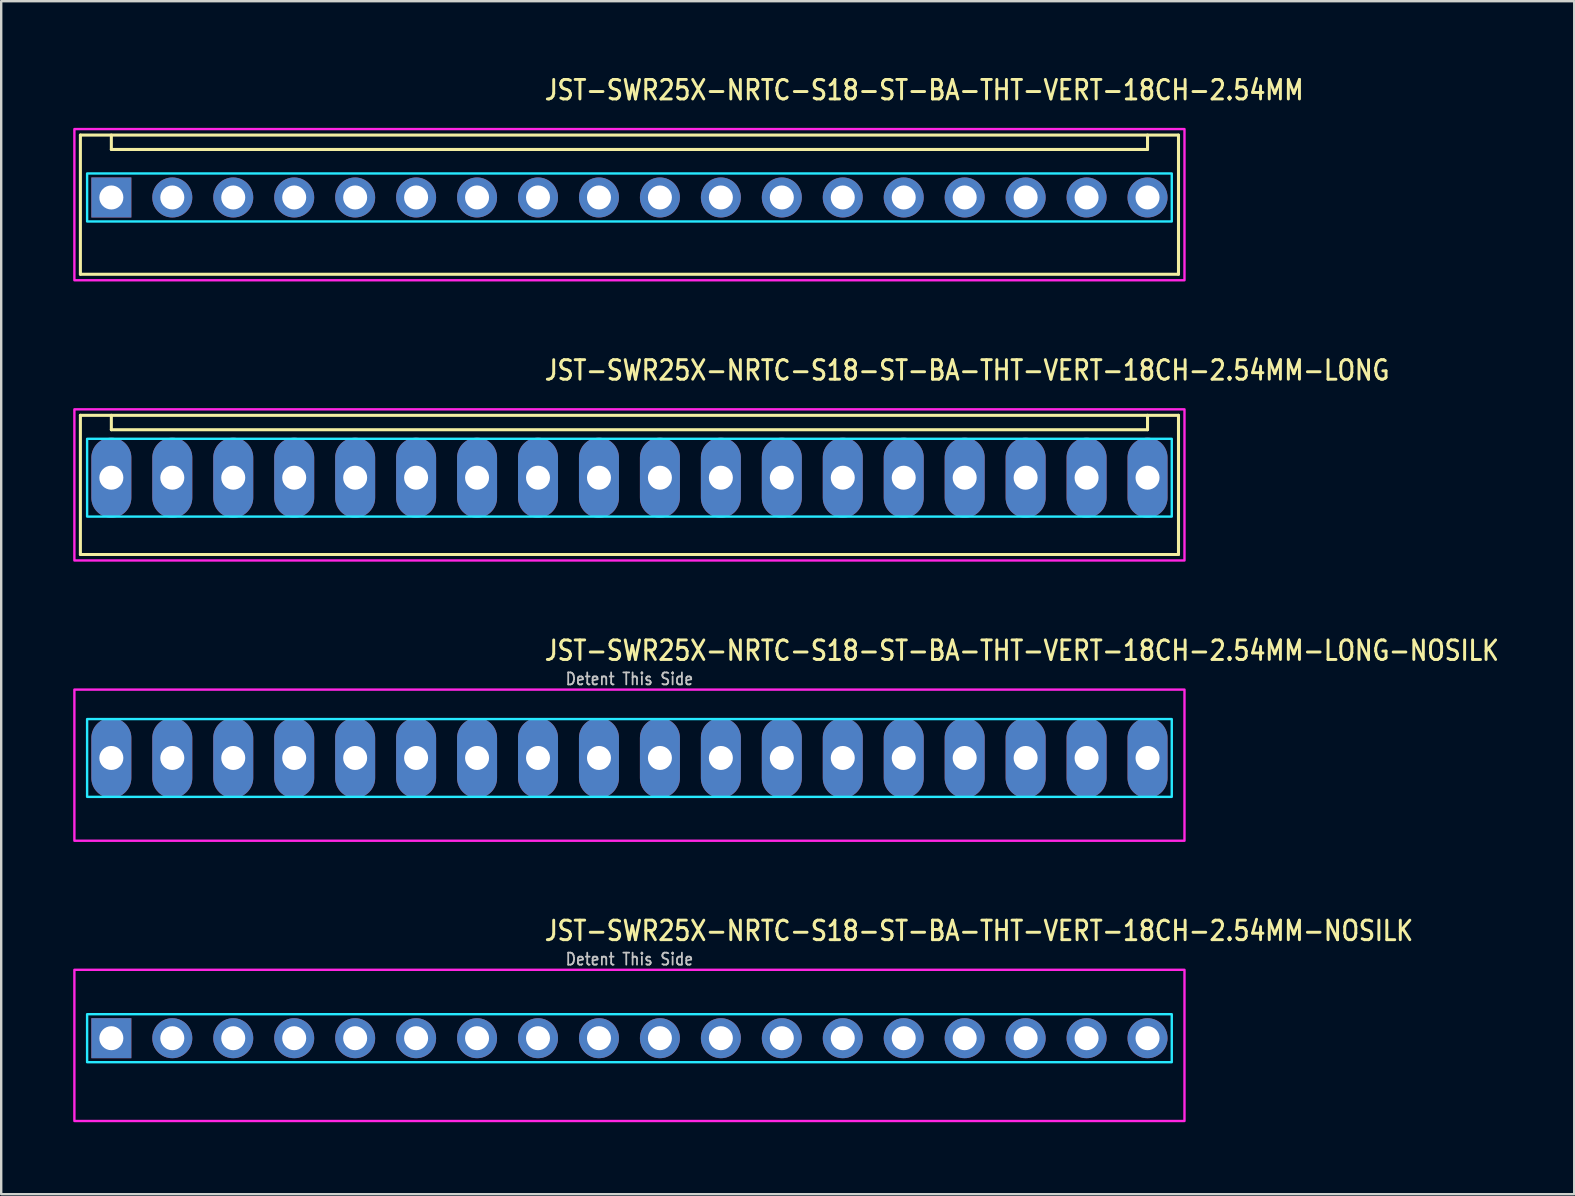
<source format=kicad_pcb>
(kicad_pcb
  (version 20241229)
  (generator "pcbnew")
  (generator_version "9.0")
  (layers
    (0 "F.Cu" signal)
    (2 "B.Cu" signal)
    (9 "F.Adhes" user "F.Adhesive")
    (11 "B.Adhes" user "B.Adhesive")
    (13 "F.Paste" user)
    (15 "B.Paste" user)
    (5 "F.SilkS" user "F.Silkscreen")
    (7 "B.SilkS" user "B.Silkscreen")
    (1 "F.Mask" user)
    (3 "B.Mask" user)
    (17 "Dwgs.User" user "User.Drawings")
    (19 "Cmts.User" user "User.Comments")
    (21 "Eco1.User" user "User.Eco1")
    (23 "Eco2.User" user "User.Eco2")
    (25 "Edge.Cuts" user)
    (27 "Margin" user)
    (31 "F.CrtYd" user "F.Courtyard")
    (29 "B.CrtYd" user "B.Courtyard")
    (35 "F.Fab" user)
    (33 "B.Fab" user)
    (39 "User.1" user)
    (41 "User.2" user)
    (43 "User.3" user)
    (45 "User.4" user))
  (footprint "JST-SWR25X-NRTC-S18-ST-BA-THT-VERT-18CH-2.54MM-NOSILK"
    (layer "F.Cu")
    (at 23.18 40.214)
    (property "Reference" "JST-SWR25X-NRTC-S18-ST-BA-THT-VERT-18CH-2.54MM-NOSILK" (at -3.6 -4 0) (unlocked yes) (layer "F.SilkS") (effects (font (size 0.813 0.695) (thickness 0.122)) (justify left bottom)))
    (fp_poly (pts (xy -22.6 -1) (xy -22.6 1) (xy 22.6 1) (xy 22.6 -1)) (stroke (width 0.1) (type solid)) (fill no) (layer "B.CrtYd"))
    (fp_poly (pts (xy -23.13 -2.85) (xy -23.13 3.45) (xy 23.13 3.45) (xy 23.13 -2.85)) (stroke (width 0.1) (type solid)) (fill no) (layer "F.CrtYd"))
    (fp_text user "Detent This Side" (at 0 -3 0) (unlocked yes) (layer "Dwgs.User") (effects (font (size 0.5 0.427) (thickness 0.075)) (justify bottom)))
    (pad "P$1" thru_hole rect (at -21.59 0) (size 1.667 1.667) (drill 1) (layers "*.Cu" "*.Mask"))
    (pad "P$2" thru_hole oval (at -19.05 0) (size 1.667 1.667) (drill 1) (layers "*.Cu" "*.Mask"))
    (pad "P$3" thru_hole oval (at -16.51 0) (size 1.667 1.667) (drill 1) (layers "*.Cu" "*.Mask"))
    (pad "P$4" thru_hole oval (at -13.97 0) (size 1.667 1.667) (drill 1) (layers "*.Cu" "*.Mask"))
    (pad "P$5" thru_hole oval (at -11.43 0) (size 1.667 1.667) (drill 1) (layers "*.Cu" "*.Mask"))
    (pad "P$6" thru_hole oval (at -8.89 0) (size 1.667 1.667) (drill 1) (layers "*.Cu" "*.Mask"))
    (pad "P$7" thru_hole oval (at -6.35 0) (size 1.667 1.667) (drill 1) (layers "*.Cu" "*.Mask"))
    (pad "P$8" thru_hole oval (at -3.81 0) (size 1.667 1.667) (drill 1) (layers "*.Cu" "*.Mask"))
    (pad "P$9" thru_hole oval (at -1.27 0) (size 1.667 1.667) (drill 1) (layers "*.Cu" "*.Mask"))
    (pad "P$10" thru_hole oval (at 1.27 0) (size 1.667 1.667) (drill 1) (layers "*.Cu" "*.Mask"))
    (pad "P$11" thru_hole oval (at 3.81 0) (size 1.667 1.667) (drill 1) (layers "*.Cu" "*.Mask"))
    (pad "P$12" thru_hole oval (at 6.35 0) (size 1.667 1.667) (drill 1) (layers "*.Cu" "*.Mask"))
    (pad "P$13" thru_hole oval (at 8.89 0) (size 1.667 1.667) (drill 1) (layers "*.Cu" "*.Mask"))
    (pad "P$14" thru_hole oval (at 11.43 0) (size 1.667 1.667) (drill 1) (layers "*.Cu" "*.Mask"))
    (pad "P$15" thru_hole oval (at 13.97 0) (size 1.667 1.667) (drill 1) (layers "*.Cu" "*.Mask"))
    (pad "P$16" thru_hole oval (at 16.51 0) (size 1.667 1.667) (drill 1) (layers "*.Cu" "*.Mask"))
    (pad "P$17" thru_hole oval (at 19.05 0) (size 1.667 1.667) (drill 1) (layers "*.Cu" "*.Mask"))
    (pad "P$18" thru_hole oval (at 21.59 0) (size 1.667 1.667) (drill 1) (layers "*.Cu" "*.Mask")))
  (footprint "JST-SWR25X-NRTC-S18-ST-BA-THT-VERT-18CH-2.54MM-LONG-NOSILK"
    (layer "F.Cu")
    (at 23.18 28.536)
    (property "Reference" "JST-SWR25X-NRTC-S18-ST-BA-THT-VERT-18CH-2.54MM-LONG-NOSILK" (at -3.6 -4 0) (unlocked yes) (layer "F.SilkS") (effects (font (size 0.813 0.695) (thickness 0.122)) (justify left bottom)))
    (fp_poly (pts (xy -22.6 -1.62) (xy -22.6 1.62) (xy 22.6 1.62) (xy 22.6 -1.62)) (stroke (width 0.1) (type solid)) (fill no) (layer "B.CrtYd"))
    (fp_poly (pts (xy -23.13 -2.85) (xy -23.13 3.45) (xy 23.13 3.45) (xy 23.13 -2.85)) (stroke (width 0.1) (type solid)) (fill no) (layer "F.CrtYd"))
    (fp_text user "Detent This Side" (at 0 -3 0) (unlocked yes) (layer "Dwgs.User") (effects (font (size 0.5 0.427) (thickness 0.075)) (justify bottom)))
    (pad "P$1" thru_hole oval (at -21.59 0 90) (size 3.333 1.667) (drill 1) (layers "*.Cu" "*.Mask"))
    (pad "P$2" thru_hole oval (at -19.05 0 90) (size 3.333 1.667) (drill 1) (layers "*.Cu" "*.Mask"))
    (pad "P$3" thru_hole oval (at -16.51 0 90) (size 3.333 1.667) (drill 1) (layers "*.Cu" "*.Mask"))
    (pad "P$4" thru_hole oval (at -13.97 0 90) (size 3.333 1.667) (drill 1) (layers "*.Cu" "*.Mask"))
    (pad "P$5" thru_hole oval (at -11.43 0 90) (size 3.333 1.667) (drill 1) (layers "*.Cu" "*.Mask"))
    (pad "P$6" thru_hole oval (at -8.89 0 90) (size 3.333 1.667) (drill 1) (layers "*.Cu" "*.Mask"))
    (pad "P$7" thru_hole oval (at -6.35 0 90) (size 3.333 1.667) (drill 1) (layers "*.Cu" "*.Mask"))
    (pad "P$8" thru_hole oval (at -3.81 0 90) (size 3.333 1.667) (drill 1) (layers "*.Cu" "*.Mask"))
    (pad "P$9" thru_hole oval (at -1.27 0 90) (size 3.333 1.667) (drill 1) (layers "*.Cu" "*.Mask"))
    (pad "P$10" thru_hole oval (at 1.27 0 90) (size 3.333 1.667) (drill 1) (layers "*.Cu" "*.Mask"))
    (pad "P$11" thru_hole oval (at 3.81 0 90) (size 3.333 1.667) (drill 1) (layers "*.Cu" "*.Mask"))
    (pad "P$12" thru_hole oval (at 6.35 0 90) (size 3.333 1.667) (drill 1) (layers "*.Cu" "*.Mask"))
    (pad "P$13" thru_hole oval (at 8.89 0 90) (size 3.333 1.667) (drill 1) (layers "*.Cu" "*.Mask"))
    (pad "P$14" thru_hole oval (at 11.43 0 90) (size 3.333 1.667) (drill 1) (layers "*.Cu" "*.Mask"))
    (pad "P$15" thru_hole oval (at 13.97 0 90) (size 3.333 1.667) (drill 1) (layers "*.Cu" "*.Mask"))
    (pad "P$16" thru_hole oval (at 16.51 0 90) (size 3.333 1.667) (drill 1) (layers "*.Cu" "*.Mask"))
    (pad "P$17" thru_hole oval (at 19.05 0 90) (size 3.333 1.667) (drill 1) (layers "*.Cu" "*.Mask"))
    (pad "P$18" thru_hole oval (at 21.59 0 90) (size 3.333 1.667) (drill 1) (layers "*.Cu" "*.Mask")))
  (footprint "JST-SWR25X-NRTC-S18-ST-BA-THT-VERT-18CH-2.54MM"
    (layer "F.Cu")
    (at 23.18 5.179)
    (property "Reference" "JST-SWR25X-NRTC-S18-ST-BA-THT-VERT-18CH-2.54MM" (at -3.6 -4 0) (unlocked yes) (layer "F.SilkS") (effects (font (size 0.813 0.695) (thickness 0.122)) (justify left bottom)))
    (fp_line (start -22.88 -2.6) (end 22.88 -2.6) (stroke (width 0.127) (type solid)) (layer "F.SilkS"))
    (fp_line (start -22.88 3.2) (end -22.88 -2.6) (stroke (width 0.127) (type solid)) (layer "F.SilkS"))
    (fp_line (start -22.88 3.2) (end 22.88 3.2) (stroke (width 0.127) (type solid)) (layer "F.SilkS"))
    (fp_line (start -21.59 -2.6) (end -21.59 -2) (stroke (width 0.127) (type solid)) (layer "F.SilkS"))
    (fp_line (start -21.59 -2) (end 21.59 -2) (stroke (width 0.127) (type solid)) (layer "F.SilkS"))
    (fp_line (start 21.59 -2.6) (end 21.59 -2) (stroke (width 0.127) (type solid)) (layer "F.SilkS"))
    (fp_line (start 22.88 -2.6) (end 22.88 3.2) (stroke (width 0.127) (type solid)) (layer "F.SilkS"))
    (fp_poly (pts (xy -22.6 -1) (xy -22.6 1) (xy 22.6 1) (xy 22.6 -1)) (stroke (width 0.1) (type solid)) (fill no) (layer "B.CrtYd"))
    (fp_poly (pts (xy -23.13 -2.85) (xy -23.13 3.45) (xy 23.13 3.45) (xy 23.13 -2.85)) (stroke (width 0.1) (type solid)) (fill no) (layer "F.CrtYd"))
    (pad "P$1" thru_hole rect (at -21.59 0) (size 1.667 1.667) (drill 1) (layers "*.Cu" "*.Mask"))
    (pad "P$2" thru_hole oval (at -19.05 0) (size 1.667 1.667) (drill 1) (layers "*.Cu" "*.Mask"))
    (pad "P$3" thru_hole oval (at -16.51 0) (size 1.667 1.667) (drill 1) (layers "*.Cu" "*.Mask"))
    (pad "P$4" thru_hole oval (at -13.97 0) (size 1.667 1.667) (drill 1) (layers "*.Cu" "*.Mask"))
    (pad "P$5" thru_hole oval (at -11.43 0) (size 1.667 1.667) (drill 1) (layers "*.Cu" "*.Mask"))
    (pad "P$6" thru_hole oval (at -8.89 0) (size 1.667 1.667) (drill 1) (layers "*.Cu" "*.Mask"))
    (pad "P$7" thru_hole oval (at -6.35 0) (size 1.667 1.667) (drill 1) (layers "*.Cu" "*.Mask"))
    (pad "P$8" thru_hole oval (at -3.81 0) (size 1.667 1.667) (drill 1) (layers "*.Cu" "*.Mask"))
    (pad "P$9" thru_hole oval (at -1.27 0) (size 1.667 1.667) (drill 1) (layers "*.Cu" "*.Mask"))
    (pad "P$10" thru_hole oval (at 1.27 0) (size 1.667 1.667) (drill 1) (layers "*.Cu" "*.Mask"))
    (pad "P$11" thru_hole oval (at 3.81 0) (size 1.667 1.667) (drill 1) (layers "*.Cu" "*.Mask"))
    (pad "P$12" thru_hole oval (at 6.35 0) (size 1.667 1.667) (drill 1) (layers "*.Cu" "*.Mask"))
    (pad "P$13" thru_hole oval (at 8.89 0) (size 1.667 1.667) (drill 1) (layers "*.Cu" "*.Mask"))
    (pad "P$14" thru_hole oval (at 11.43 0) (size 1.667 1.667) (drill 1) (layers "*.Cu" "*.Mask"))
    (pad "P$15" thru_hole oval (at 13.97 0) (size 1.667 1.667) (drill 1) (layers "*.Cu" "*.Mask"))
    (pad "P$16" thru_hole oval (at 16.51 0) (size 1.667 1.667) (drill 1) (layers "*.Cu" "*.Mask"))
    (pad "P$17" thru_hole oval (at 19.05 0) (size 1.667 1.667) (drill 1) (layers "*.Cu" "*.Mask"))
    (pad "P$18" thru_hole oval (at 21.59 0) (size 1.667 1.667) (drill 1) (layers "*.Cu" "*.Mask")))
  (footprint "JST-SWR25X-NRTC-S18-ST-BA-THT-VERT-18CH-2.54MM-LONG"
    (layer "F.Cu")
    (at 23.18 16.857)
    (property "Reference" "JST-SWR25X-NRTC-S18-ST-BA-THT-VERT-18CH-2.54MM-LONG" (at -3.6 -4 0) (unlocked yes) (layer "F.SilkS") (effects (font (size 0.813 0.695) (thickness 0.122)) (justify left bottom)))
    (fp_line (start -22.88 -2.6) (end 22.88 -2.6) (stroke (width 0.127) (type solid)) (layer "F.SilkS"))
    (fp_line (start -22.88 3.2) (end -22.88 -2.6) (stroke (width 0.127) (type solid)) (layer "F.SilkS"))
    (fp_line (start -22.88 3.2) (end 22.88 3.2) (stroke (width 0.127) (type solid)) (layer "F.SilkS"))
    (fp_line (start -21.59 -2.6) (end -21.59 -2) (stroke (width 0.127) (type solid)) (layer "F.SilkS"))
    (fp_line (start -21.59 -2) (end 21.59 -2) (stroke (width 0.127) (type solid)) (layer "F.SilkS"))
    (fp_line (start 21.59 -2.6) (end 21.59 -2) (stroke (width 0.127) (type solid)) (layer "F.SilkS"))
    (fp_line (start 22.88 -2.6) (end 22.88 3.2) (stroke (width 0.127) (type solid)) (layer "F.SilkS"))
    (fp_poly (pts (xy -22.6 -1.62) (xy -22.6 1.62) (xy 22.6 1.62) (xy 22.6 -1.62)) (stroke (width 0.1) (type solid)) (fill no) (layer "B.CrtYd"))
    (fp_poly (pts (xy -23.13 -2.85) (xy -23.13 3.45) (xy 23.13 3.45) (xy 23.13 -2.85)) (stroke (width 0.1) (type solid)) (fill no) (layer "F.CrtYd"))
    (pad "P$1" thru_hole oval (at -21.59 0 90) (size 3.333 1.667) (drill 1) (layers "*.Cu" "*.Mask"))
    (pad "P$2" thru_hole oval (at -19.05 0 90) (size 3.333 1.667) (drill 1) (layers "*.Cu" "*.Mask"))
    (pad "P$3" thru_hole oval (at -16.51 0 90) (size 3.333 1.667) (drill 1) (layers "*.Cu" "*.Mask"))
    (pad "P$4" thru_hole oval (at -13.97 0 90) (size 3.333 1.667) (drill 1) (layers "*.Cu" "*.Mask"))
    (pad "P$5" thru_hole oval (at -11.43 0 90) (size 3.333 1.667) (drill 1) (layers "*.Cu" "*.Mask"))
    (pad "P$6" thru_hole oval (at -8.89 0 90) (size 3.333 1.667) (drill 1) (layers "*.Cu" "*.Mask"))
    (pad "P$7" thru_hole oval (at -6.35 0 90) (size 3.333 1.667) (drill 1) (layers "*.Cu" "*.Mask"))
    (pad "P$8" thru_hole oval (at -3.81 0 90) (size 3.333 1.667) (drill 1) (layers "*.Cu" "*.Mask"))
    (pad "P$9" thru_hole oval (at -1.27 0 90) (size 3.333 1.667) (drill 1) (layers "*.Cu" "*.Mask"))
    (pad "P$10" thru_hole oval (at 1.27 0 90) (size 3.333 1.667) (drill 1) (layers "*.Cu" "*.Mask"))
    (pad "P$11" thru_hole oval (at 3.81 0 90) (size 3.333 1.667) (drill 1) (layers "*.Cu" "*.Mask"))
    (pad "P$12" thru_hole oval (at 6.35 0 90) (size 3.333 1.667) (drill 1) (layers "*.Cu" "*.Mask"))
    (pad "P$13" thru_hole oval (at 8.89 0 90) (size 3.333 1.667) (drill 1) (layers "*.Cu" "*.Mask"))
    (pad "P$14" thru_hole oval (at 11.43 0 90) (size 3.333 1.667) (drill 1) (layers "*.Cu" "*.Mask"))
    (pad "P$15" thru_hole oval (at 13.97 0 90) (size 3.333 1.667) (drill 1) (layers "*.Cu" "*.Mask"))
    (pad "P$16" thru_hole oval (at 16.51 0 90) (size 3.333 1.667) (drill 1) (layers "*.Cu" "*.Mask"))
    (pad "P$17" thru_hole oval (at 19.05 0 90) (size 3.333 1.667) (drill 1) (layers "*.Cu" "*.Mask"))
    (pad "P$18" thru_hole oval (at 21.59 0 90) (size 3.333 1.667) (drill 1) (layers "*.Cu" "*.Mask")))
  (gr_rect
    (start -3 -3)
    (end 62.551 46.714)
    (stroke (width 0.1) (type default))
    (fill no)
    (layer "Edge.Cuts")))
</source>
